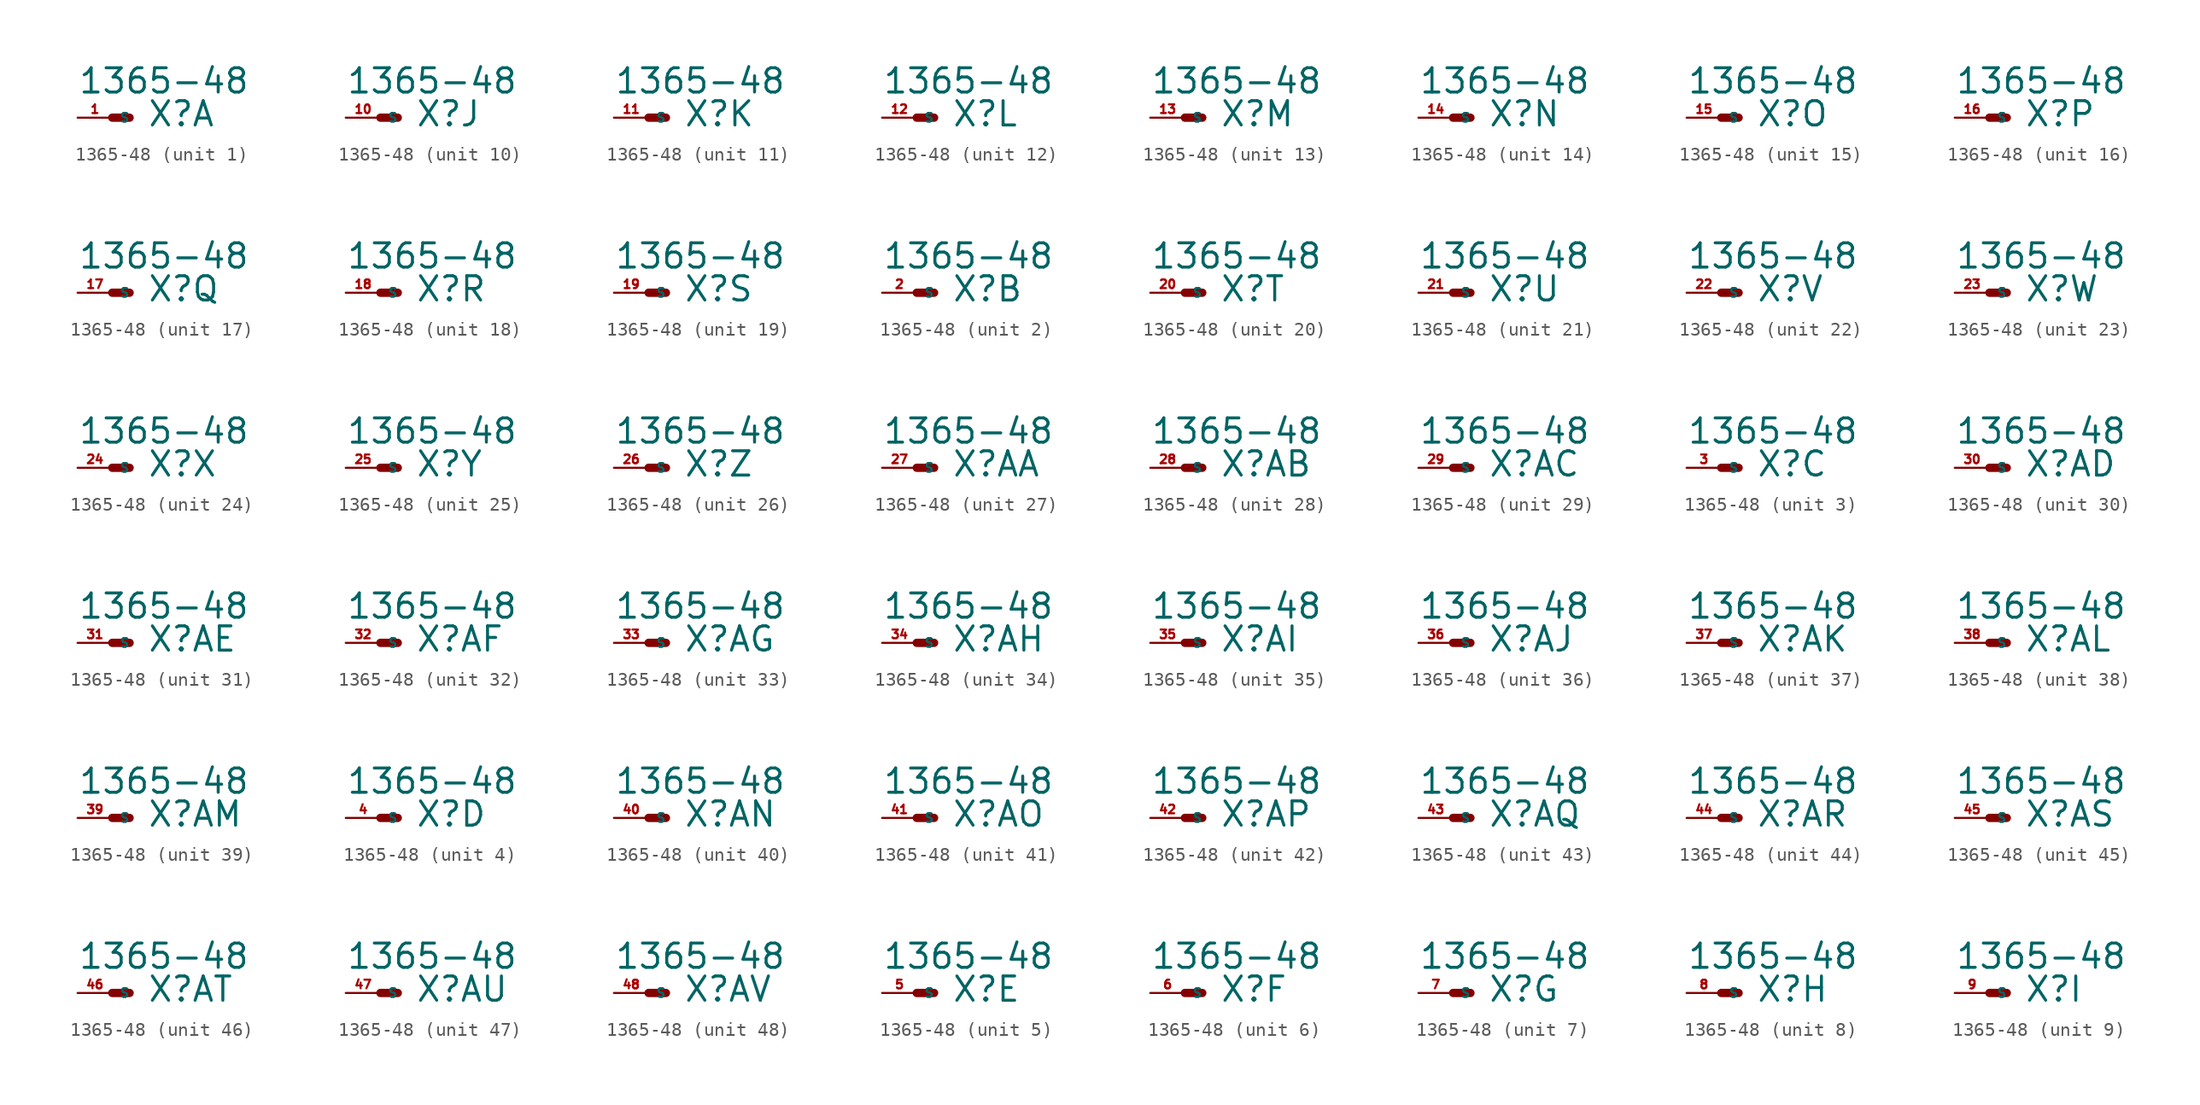
<source format=kicad_sym>
(kicad_symbol_lib
  (version 20220914)
  (generator Eagle2Kicad)
  (symbol "1365-48"
    (property "Reference" "X"
      (at 2.54 -0.762 0)
      (effects (font (size 1.778 1.778) (thickness 0.22)) (justify left bottom)))
    (property "Value" "1365-48"
      (at -2.54 1.651 0)
      (effects (font (size 1.778 1.778) (thickness 0.22)) (justify left bottom)))
    (symbol "1365-48_1_0"
      (polyline (pts (xy 0 0) (xy 1.27 0)) (stroke (width 0.61) (type default)) (fill (type none)))
      (pin passive line (at -2.54 0 0) (length 2.54) (name "S" (effects (font (size 0.635 0.635) (thickness 0.08)) (justify left bottom))) (number "1" (effects (font (size 0.635 0.635) (thickness 0.08)) (justify left bottom)))))
    (symbol "1365-48_2_0"
      (polyline (pts (xy 0 0) (xy 1.27 0)) (stroke (width 0.61) (type default)) (fill (type none)))
      (pin passive line (at -2.54 0 0) (length 2.54) (name "S" (effects (font (size 0.635 0.635) (thickness 0.08)) (justify left bottom))) (number "2" (effects (font (size 0.635 0.635) (thickness 0.08)) (justify left bottom)))))
    (symbol "1365-48_3_0"
      (polyline (pts (xy 0 0) (xy 1.27 0)) (stroke (width 0.61) (type default)) (fill (type none)))
      (pin passive line (at -2.54 0 0) (length 2.54) (name "S" (effects (font (size 0.635 0.635) (thickness 0.08)) (justify left bottom))) (number "3" (effects (font (size 0.635 0.635) (thickness 0.08)) (justify left bottom)))))
    (symbol "1365-48_4_0"
      (polyline (pts (xy 0 0) (xy 1.27 0)) (stroke (width 0.61) (type default)) (fill (type none)))
      (pin passive line (at -2.54 0 0) (length 2.54) (name "S" (effects (font (size 0.635 0.635) (thickness 0.08)) (justify left bottom))) (number "4" (effects (font (size 0.635 0.635) (thickness 0.08)) (justify left bottom)))))
    (symbol "1365-48_5_0"
      (polyline (pts (xy 0 0) (xy 1.27 0)) (stroke (width 0.61) (type default)) (fill (type none)))
      (pin passive line (at -2.54 0 0) (length 2.54) (name "S" (effects (font (size 0.635 0.635) (thickness 0.08)) (justify left bottom))) (number "5" (effects (font (size 0.635 0.635) (thickness 0.08)) (justify left bottom)))))
    (symbol "1365-48_6_0"
      (polyline (pts (xy 0 0) (xy 1.27 0)) (stroke (width 0.61) (type default)) (fill (type none)))
      (pin passive line (at -2.54 0 0) (length 2.54) (name "S" (effects (font (size 0.635 0.635) (thickness 0.08)) (justify left bottom))) (number "6" (effects (font (size 0.635 0.635) (thickness 0.08)) (justify left bottom)))))
    (symbol "1365-48_7_0"
      (polyline (pts (xy 0 0) (xy 1.27 0)) (stroke (width 0.61) (type default)) (fill (type none)))
      (pin passive line (at -2.54 0 0) (length 2.54) (name "S" (effects (font (size 0.635 0.635) (thickness 0.08)) (justify left bottom))) (number "7" (effects (font (size 0.635 0.635) (thickness 0.08)) (justify left bottom)))))
    (symbol "1365-48_8_0"
      (polyline (pts (xy 0 0) (xy 1.27 0)) (stroke (width 0.61) (type default)) (fill (type none)))
      (pin passive line (at -2.54 0 0) (length 2.54) (name "S" (effects (font (size 0.635 0.635) (thickness 0.08)) (justify left bottom))) (number "8" (effects (font (size 0.635 0.635) (thickness 0.08)) (justify left bottom)))))
    (symbol "1365-48_9_0"
      (polyline (pts (xy 0 0) (xy 1.27 0)) (stroke (width 0.61) (type default)) (fill (type none)))
      (pin passive line (at -2.54 0 0) (length 2.54) (name "S" (effects (font (size 0.635 0.635) (thickness 0.08)) (justify left bottom))) (number "9" (effects (font (size 0.635 0.635) (thickness 0.08)) (justify left bottom)))))
    (symbol "1365-48_10_0"
      (polyline (pts (xy 0 0) (xy 1.27 0)) (stroke (width 0.61) (type default)) (fill (type none)))
      (pin passive line (at -2.54 0 0) (length 2.54) (name "S" (effects (font (size 0.635 0.635) (thickness 0.08)) (justify left bottom))) (number "10" (effects (font (size 0.635 0.635) (thickness 0.08)) (justify left bottom)))))
    (symbol "1365-48_11_0"
      (polyline (pts (xy 0 0) (xy 1.27 0)) (stroke (width 0.61) (type default)) (fill (type none)))
      (pin passive line (at -2.54 0 0) (length 2.54) (name "S" (effects (font (size 0.635 0.635) (thickness 0.08)) (justify left bottom))) (number "11" (effects (font (size 0.635 0.635) (thickness 0.08)) (justify left bottom)))))
    (symbol "1365-48_12_0"
      (polyline (pts (xy 0 0) (xy 1.27 0)) (stroke (width 0.61) (type default)) (fill (type none)))
      (pin passive line (at -2.54 0 0) (length 2.54) (name "S" (effects (font (size 0.635 0.635) (thickness 0.08)) (justify left bottom))) (number "12" (effects (font (size 0.635 0.635) (thickness 0.08)) (justify left bottom)))))
    (symbol "1365-48_13_0"
      (polyline (pts (xy 0 0) (xy 1.27 0)) (stroke (width 0.61) (type default)) (fill (type none)))
      (pin passive line (at -2.54 0 0) (length 2.54) (name "S" (effects (font (size 0.635 0.635) (thickness 0.08)) (justify left bottom))) (number "13" (effects (font (size 0.635 0.635) (thickness 0.08)) (justify left bottom)))))
    (symbol "1365-48_14_0"
      (polyline (pts (xy 0 0) (xy 1.27 0)) (stroke (width 0.61) (type default)) (fill (type none)))
      (pin passive line (at -2.54 0 0) (length 2.54) (name "S" (effects (font (size 0.635 0.635) (thickness 0.08)) (justify left bottom))) (number "14" (effects (font (size 0.635 0.635) (thickness 0.08)) (justify left bottom)))))
    (symbol "1365-48_15_0"
      (polyline (pts (xy 0 0) (xy 1.27 0)) (stroke (width 0.61) (type default)) (fill (type none)))
      (pin passive line (at -2.54 0 0) (length 2.54) (name "S" (effects (font (size 0.635 0.635) (thickness 0.08)) (justify left bottom))) (number "15" (effects (font (size 0.635 0.635) (thickness 0.08)) (justify left bottom)))))
    (symbol "1365-48_16_0"
      (polyline (pts (xy 0 0) (xy 1.27 0)) (stroke (width 0.61) (type default)) (fill (type none)))
      (pin passive line (at -2.54 0 0) (length 2.54) (name "S" (effects (font (size 0.635 0.635) (thickness 0.08)) (justify left bottom))) (number "16" (effects (font (size 0.635 0.635) (thickness 0.08)) (justify left bottom)))))
    (symbol "1365-48_17_0"
      (polyline (pts (xy 0 0) (xy 1.27 0)) (stroke (width 0.61) (type default)) (fill (type none)))
      (pin passive line (at -2.54 0 0) (length 2.54) (name "S" (effects (font (size 0.635 0.635) (thickness 0.08)) (justify left bottom))) (number "17" (effects (font (size 0.635 0.635) (thickness 0.08)) (justify left bottom)))))
    (symbol "1365-48_18_0"
      (polyline (pts (xy 0 0) (xy 1.27 0)) (stroke (width 0.61) (type default)) (fill (type none)))
      (pin passive line (at -2.54 0 0) (length 2.54) (name "S" (effects (font (size 0.635 0.635) (thickness 0.08)) (justify left bottom))) (number "18" (effects (font (size 0.635 0.635) (thickness 0.08)) (justify left bottom)))))
    (symbol "1365-48_19_0"
      (polyline (pts (xy 0 0) (xy 1.27 0)) (stroke (width 0.61) (type default)) (fill (type none)))
      (pin passive line (at -2.54 0 0) (length 2.54) (name "S" (effects (font (size 0.635 0.635) (thickness 0.08)) (justify left bottom))) (number "19" (effects (font (size 0.635 0.635) (thickness 0.08)) (justify left bottom)))))
    (symbol "1365-48_20_0"
      (polyline (pts (xy 0 0) (xy 1.27 0)) (stroke (width 0.61) (type default)) (fill (type none)))
      (pin passive line (at -2.54 0 0) (length 2.54) (name "S" (effects (font (size 0.635 0.635) (thickness 0.08)) (justify left bottom))) (number "20" (effects (font (size 0.635 0.635) (thickness 0.08)) (justify left bottom)))))
    (symbol "1365-48_21_0"
      (polyline (pts (xy 0 0) (xy 1.27 0)) (stroke (width 0.61) (type default)) (fill (type none)))
      (pin passive line (at -2.54 0 0) (length 2.54) (name "S" (effects (font (size 0.635 0.635) (thickness 0.08)) (justify left bottom))) (number "21" (effects (font (size 0.635 0.635) (thickness 0.08)) (justify left bottom)))))
    (symbol "1365-48_22_0"
      (polyline (pts (xy 0 0) (xy 1.27 0)) (stroke (width 0.61) (type default)) (fill (type none)))
      (pin passive line (at -2.54 0 0) (length 2.54) (name "S" (effects (font (size 0.635 0.635) (thickness 0.08)) (justify left bottom))) (number "22" (effects (font (size 0.635 0.635) (thickness 0.08)) (justify left bottom)))))
    (symbol "1365-48_23_0"
      (polyline (pts (xy 0 0) (xy 1.27 0)) (stroke (width 0.61) (type default)) (fill (type none)))
      (pin passive line (at -2.54 0 0) (length 2.54) (name "S" (effects (font (size 0.635 0.635) (thickness 0.08)) (justify left bottom))) (number "23" (effects (font (size 0.635 0.635) (thickness 0.08)) (justify left bottom)))))
    (symbol "1365-48_24_0"
      (polyline (pts (xy 0 0) (xy 1.27 0)) (stroke (width 0.61) (type default)) (fill (type none)))
      (pin passive line (at -2.54 0 0) (length 2.54) (name "S" (effects (font (size 0.635 0.635) (thickness 0.08)) (justify left bottom))) (number "24" (effects (font (size 0.635 0.635) (thickness 0.08)) (justify left bottom)))))
    (symbol "1365-48_25_0"
      (polyline (pts (xy 0 0) (xy 1.27 0)) (stroke (width 0.61) (type default)) (fill (type none)))
      (pin passive line (at -2.54 0 0) (length 2.54) (name "S" (effects (font (size 0.635 0.635) (thickness 0.08)) (justify left bottom))) (number "25" (effects (font (size 0.635 0.635) (thickness 0.08)) (justify left bottom)))))
    (symbol "1365-48_26_0"
      (polyline (pts (xy 0 0) (xy 1.27 0)) (stroke (width 0.61) (type default)) (fill (type none)))
      (pin passive line (at -2.54 0 0) (length 2.54) (name "S" (effects (font (size 0.635 0.635) (thickness 0.08)) (justify left bottom))) (number "26" (effects (font (size 0.635 0.635) (thickness 0.08)) (justify left bottom)))))
    (symbol "1365-48_27_0"
      (polyline (pts (xy 0 0) (xy 1.27 0)) (stroke (width 0.61) (type default)) (fill (type none)))
      (pin passive line (at -2.54 0 0) (length 2.54) (name "S" (effects (font (size 0.635 0.635) (thickness 0.08)) (justify left bottom))) (number "27" (effects (font (size 0.635 0.635) (thickness 0.08)) (justify left bottom)))))
    (symbol "1365-48_28_0"
      (polyline (pts (xy 0 0) (xy 1.27 0)) (stroke (width 0.61) (type default)) (fill (type none)))
      (pin passive line (at -2.54 0 0) (length 2.54) (name "S" (effects (font (size 0.635 0.635) (thickness 0.08)) (justify left bottom))) (number "28" (effects (font (size 0.635 0.635) (thickness 0.08)) (justify left bottom)))))
    (symbol "1365-48_29_0"
      (polyline (pts (xy 0 0) (xy 1.27 0)) (stroke (width 0.61) (type default)) (fill (type none)))
      (pin passive line (at -2.54 0 0) (length 2.54) (name "S" (effects (font (size 0.635 0.635) (thickness 0.08)) (justify left bottom))) (number "29" (effects (font (size 0.635 0.635) (thickness 0.08)) (justify left bottom)))))
    (symbol "1365-48_30_0"
      (polyline (pts (xy 0 0) (xy 1.27 0)) (stroke (width 0.61) (type default)) (fill (type none)))
      (pin passive line (at -2.54 0 0) (length 2.54) (name "S" (effects (font (size 0.635 0.635) (thickness 0.08)) (justify left bottom))) (number "30" (effects (font (size 0.635 0.635) (thickness 0.08)) (justify left bottom)))))
    (symbol "1365-48_31_0"
      (polyline (pts (xy 0 0) (xy 1.27 0)) (stroke (width 0.61) (type default)) (fill (type none)))
      (pin passive line (at -2.54 0 0) (length 2.54) (name "S" (effects (font (size 0.635 0.635) (thickness 0.08)) (justify left bottom))) (number "31" (effects (font (size 0.635 0.635) (thickness 0.08)) (justify left bottom)))))
    (symbol "1365-48_32_0"
      (polyline (pts (xy 0 0) (xy 1.27 0)) (stroke (width 0.61) (type default)) (fill (type none)))
      (pin passive line (at -2.54 0 0) (length 2.54) (name "S" (effects (font (size 0.635 0.635) (thickness 0.08)) (justify left bottom))) (number "32" (effects (font (size 0.635 0.635) (thickness 0.08)) (justify left bottom)))))
    (symbol "1365-48_33_0"
      (polyline (pts (xy 0 0) (xy 1.27 0)) (stroke (width 0.61) (type default)) (fill (type none)))
      (pin passive line (at -2.54 0 0) (length 2.54) (name "S" (effects (font (size 0.635 0.635) (thickness 0.08)) (justify left bottom))) (number "33" (effects (font (size 0.635 0.635) (thickness 0.08)) (justify left bottom)))))
    (symbol "1365-48_34_0"
      (polyline (pts (xy 0 0) (xy 1.27 0)) (stroke (width 0.61) (type default)) (fill (type none)))
      (pin passive line (at -2.54 0 0) (length 2.54) (name "S" (effects (font (size 0.635 0.635) (thickness 0.08)) (justify left bottom))) (number "34" (effects (font (size 0.635 0.635) (thickness 0.08)) (justify left bottom)))))
    (symbol "1365-48_35_0"
      (polyline (pts (xy 0 0) (xy 1.27 0)) (stroke (width 0.61) (type default)) (fill (type none)))
      (pin passive line (at -2.54 0 0) (length 2.54) (name "S" (effects (font (size 0.635 0.635) (thickness 0.08)) (justify left bottom))) (number "35" (effects (font (size 0.635 0.635) (thickness 0.08)) (justify left bottom)))))
    (symbol "1365-48_36_0"
      (polyline (pts (xy 0 0) (xy 1.27 0)) (stroke (width 0.61) (type default)) (fill (type none)))
      (pin passive line (at -2.54 0 0) (length 2.54) (name "S" (effects (font (size 0.635 0.635) (thickness 0.08)) (justify left bottom))) (number "36" (effects (font (size 0.635 0.635) (thickness 0.08)) (justify left bottom)))))
    (symbol "1365-48_37_0"
      (polyline (pts (xy 0 0) (xy 1.27 0)) (stroke (width 0.61) (type default)) (fill (type none)))
      (pin passive line (at -2.54 0 0) (length 2.54) (name "S" (effects (font (size 0.635 0.635) (thickness 0.08)) (justify left bottom))) (number "37" (effects (font (size 0.635 0.635) (thickness 0.08)) (justify left bottom)))))
    (symbol "1365-48_38_0"
      (polyline (pts (xy 0 0) (xy 1.27 0)) (stroke (width 0.61) (type default)) (fill (type none)))
      (pin passive line (at -2.54 0 0) (length 2.54) (name "S" (effects (font (size 0.635 0.635) (thickness 0.08)) (justify left bottom))) (number "38" (effects (font (size 0.635 0.635) (thickness 0.08)) (justify left bottom)))))
    (symbol "1365-48_39_0"
      (polyline (pts (xy 0 0) (xy 1.27 0)) (stroke (width 0.61) (type default)) (fill (type none)))
      (pin passive line (at -2.54 0 0) (length 2.54) (name "S" (effects (font (size 0.635 0.635) (thickness 0.08)) (justify left bottom))) (number "39" (effects (font (size 0.635 0.635) (thickness 0.08)) (justify left bottom)))))
    (symbol "1365-48_40_0"
      (polyline (pts (xy 0 0) (xy 1.27 0)) (stroke (width 0.61) (type default)) (fill (type none)))
      (pin passive line (at -2.54 0 0) (length 2.54) (name "S" (effects (font (size 0.635 0.635) (thickness 0.08)) (justify left bottom))) (number "40" (effects (font (size 0.635 0.635) (thickness 0.08)) (justify left bottom)))))
    (symbol "1365-48_41_0"
      (polyline (pts (xy 0 0) (xy 1.27 0)) (stroke (width 0.61) (type default)) (fill (type none)))
      (pin passive line (at -2.54 0 0) (length 2.54) (name "S" (effects (font (size 0.635 0.635) (thickness 0.08)) (justify left bottom))) (number "41" (effects (font (size 0.635 0.635) (thickness 0.08)) (justify left bottom)))))
    (symbol "1365-48_42_0"
      (polyline (pts (xy 0 0) (xy 1.27 0)) (stroke (width 0.61) (type default)) (fill (type none)))
      (pin passive line (at -2.54 0 0) (length 2.54) (name "S" (effects (font (size 0.635 0.635) (thickness 0.08)) (justify left bottom))) (number "42" (effects (font (size 0.635 0.635) (thickness 0.08)) (justify left bottom)))))
    (symbol "1365-48_43_0"
      (polyline (pts (xy 0 0) (xy 1.27 0)) (stroke (width 0.61) (type default)) (fill (type none)))
      (pin passive line (at -2.54 0 0) (length 2.54) (name "S" (effects (font (size 0.635 0.635) (thickness 0.08)) (justify left bottom))) (number "43" (effects (font (size 0.635 0.635) (thickness 0.08)) (justify left bottom)))))
    (symbol "1365-48_44_0"
      (polyline (pts (xy 0 0) (xy 1.27 0)) (stroke (width 0.61) (type default)) (fill (type none)))
      (pin passive line (at -2.54 0 0) (length 2.54) (name "S" (effects (font (size 0.635 0.635) (thickness 0.08)) (justify left bottom))) (number "44" (effects (font (size 0.635 0.635) (thickness 0.08)) (justify left bottom)))))
    (symbol "1365-48_45_0"
      (polyline (pts (xy 0 0) (xy 1.27 0)) (stroke (width 0.61) (type default)) (fill (type none)))
      (pin passive line (at -2.54 0 0) (length 2.54) (name "S" (effects (font (size 0.635 0.635) (thickness 0.08)) (justify left bottom))) (number "45" (effects (font (size 0.635 0.635) (thickness 0.08)) (justify left bottom)))))
    (symbol "1365-48_46_0"
      (polyline (pts (xy 0 0) (xy 1.27 0)) (stroke (width 0.61) (type default)) (fill (type none)))
      (pin passive line (at -2.54 0 0) (length 2.54) (name "S" (effects (font (size 0.635 0.635) (thickness 0.08)) (justify left bottom))) (number "46" (effects (font (size 0.635 0.635) (thickness 0.08)) (justify left bottom)))))
    (symbol "1365-48_47_0"
      (polyline (pts (xy 0 0) (xy 1.27 0)) (stroke (width 0.61) (type default)) (fill (type none)))
      (pin passive line (at -2.54 0 0) (length 2.54) (name "S" (effects (font (size 0.635 0.635) (thickness 0.08)) (justify left bottom))) (number "47" (effects (font (size 0.635 0.635) (thickness 0.08)) (justify left bottom)))))
    (symbol "1365-48_48_0"
      (polyline (pts (xy 0 0) (xy 1.27 0)) (stroke (width 0.61) (type default)) (fill (type none)))
      (pin passive line (at -2.54 0 0) (length 2.54) (name "S" (effects (font (size 0.635 0.635) (thickness 0.08)) (justify left bottom))) (number "48" (effects (font (size 0.635 0.635) (thickness 0.08)) (justify left bottom)))))))
</source>
